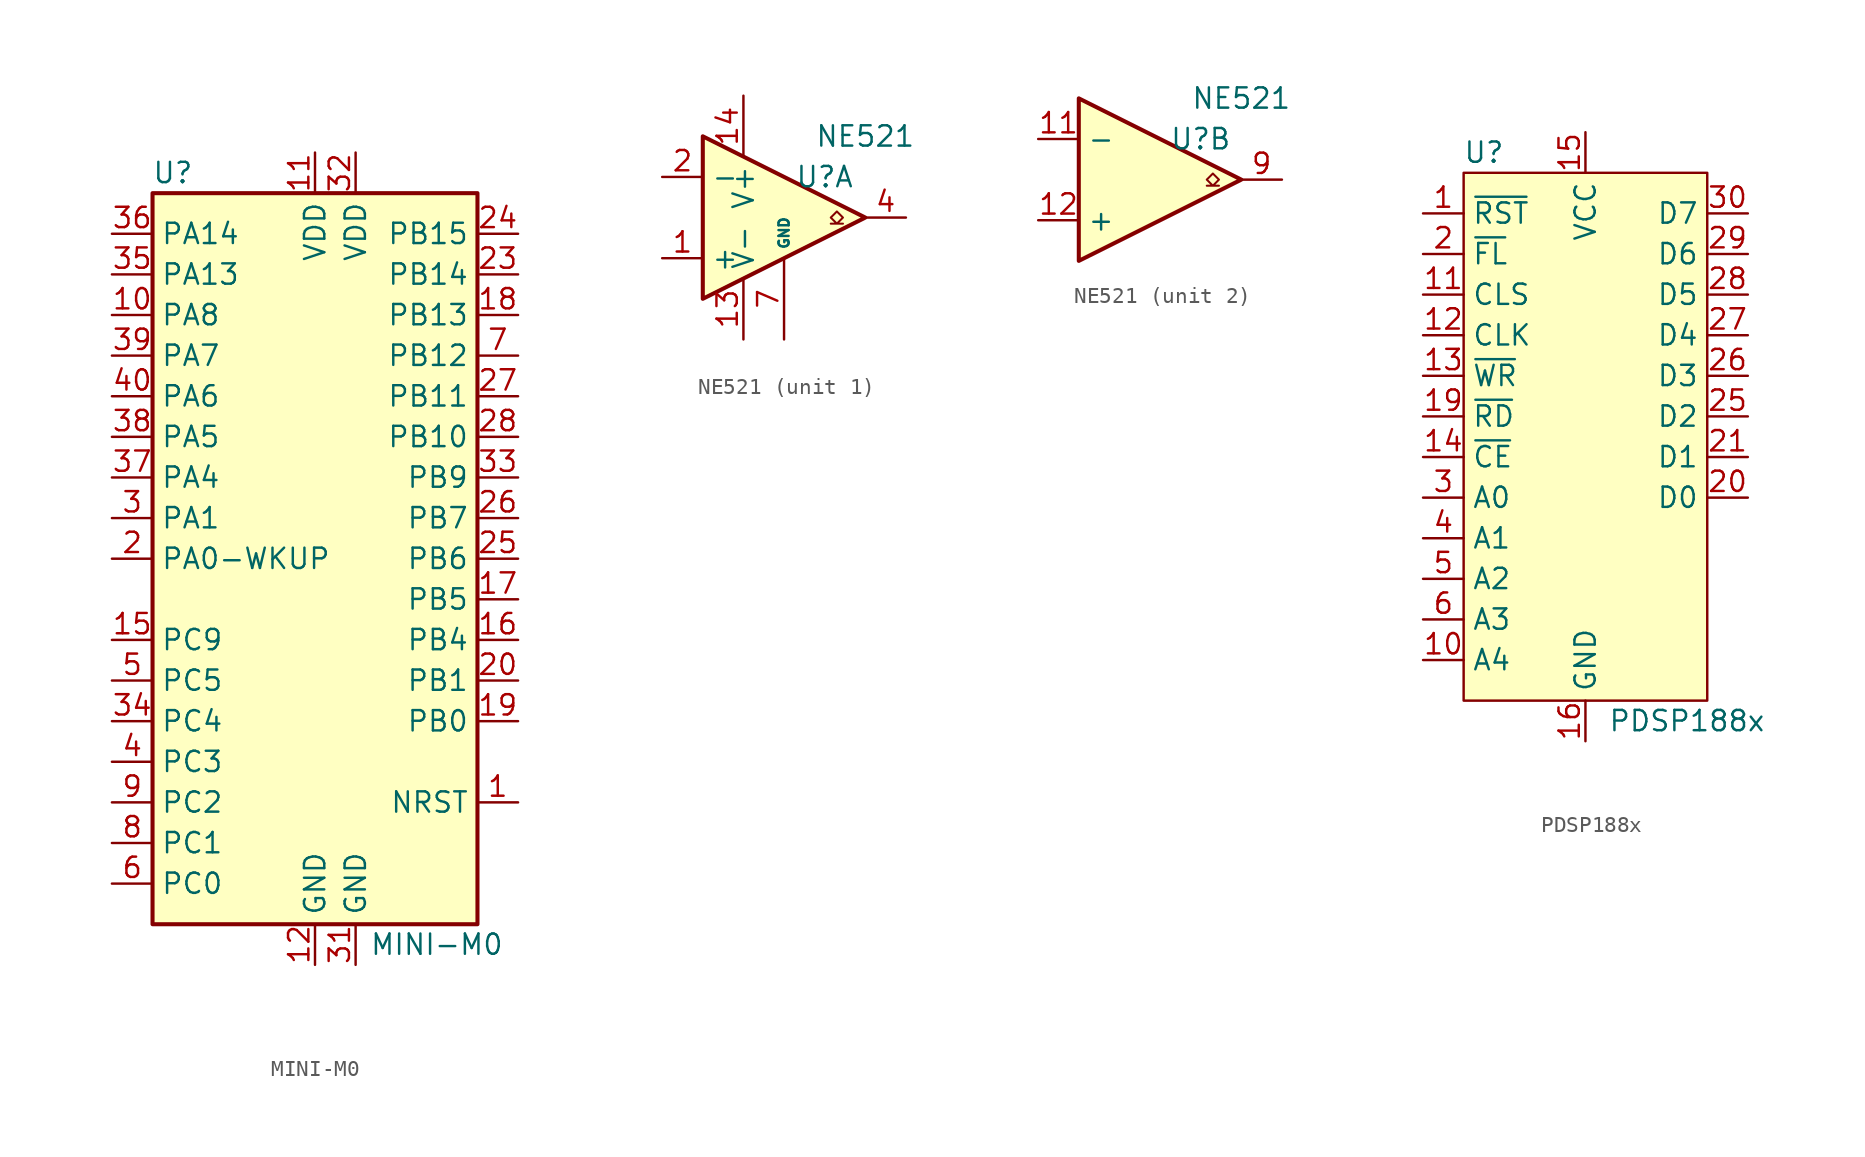
<source format=kicad_sym>
(kicad_symbol_lib
  (version 20231120)
  (generator "kicad_symbol_editor")
  (generator_version "8.0")
  (symbol "MINI-M0"
    (property "Reference" "U"
      (at -8.89 24.13 0)
      (effects (font (size 1.27 1.27))))
    (property "Value" "MINI-M0"
      (at 7.62 -24.13 0)
      (effects (font (size 1.27 1.27))))
    (symbol "MINI-M0_1_1"
      (rectangle (start -10.16 -22.86) (end 10.16 22.86) (stroke (width 0.254) (type default)) (fill (type background)))
      (pin input line (at 12.7 -15.24 180) (length 2.54) (name "NRST" (effects (font (size 1.27 1.27)))) (number "1" (effects (font (size 1.27 1.27)))))
      (pin bidirectional line (at -12.7 15.24 0) (length 2.54) (name "PA8" (effects (font (size 1.27 1.27)))) (number "10" (effects (font (size 1.27 1.27)))))
      (pin power_out line (at 0 25.4 270) (length 2.54) (name "VDD" (effects (font (size 1.27 1.27)))) (number "11" (effects (font (size 1.27 1.27)))))
      (pin power_out line (at 0 -25.4 90) (length 2.54) (name "GND" (effects (font (size 1.27 1.27)))) (number "12" (effects (font (size 1.27 1.27)))))
      (pin bidirectional line (at -12.7 -5.08 0) (length 2.54) (name "PC9" (effects (font (size 1.27 1.27)))) (number "15" (effects (font (size 1.27 1.27)))))
      (pin bidirectional line (at 12.7 -5.08 180) (length 2.54) (name "PB4" (effects (font (size 1.27 1.27)))) (number "16" (effects (font (size 1.27 1.27)))))
      (pin bidirectional line (at 12.7 -2.54 180) (length 2.54) (name "PB5" (effects (font (size 1.27 1.27)))) (number "17" (effects (font (size 1.27 1.27)))))
      (pin bidirectional line (at 12.7 15.24 180) (length 2.54) (name "PB13" (effects (font (size 1.27 1.27)))) (number "18" (effects (font (size 1.27 1.27)))))
      (pin bidirectional line (at 12.7 -10.16 180) (length 2.54) (name "PB0" (effects (font (size 1.27 1.27)))) (number "19" (effects (font (size 1.27 1.27)))))
      (pin bidirectional line (at -12.7 0 0) (length 2.54) (name "PA0-WKUP" (effects (font (size 1.27 1.27)))) (number "2" (effects (font (size 1.27 1.27)))))
      (pin bidirectional line (at 12.7 -7.62 180) (length 2.54) (name "PB1" (effects (font (size 1.27 1.27)))) (number "20" (effects (font (size 1.27 1.27)))))
      (pin bidirectional line (at 12.7 17.78 180) (length 2.54) (name "PB14" (effects (font (size 1.27 1.27)))) (number "23" (effects (font (size 1.27 1.27)))))
      (pin bidirectional line (at 12.7 20.32 180) (length 2.54) (name "PB15" (effects (font (size 1.27 1.27)))) (number "24" (effects (font (size 1.27 1.27)))))
      (pin bidirectional line (at 12.7 0 180) (length 2.54) (name "PB6" (effects (font (size 1.27 1.27)))) (number "25" (effects (font (size 1.27 1.27)))))
      (pin bidirectional line (at 12.7 2.54 180) (length 2.54) (name "PB7" (effects (font (size 1.27 1.27)))) (number "26" (effects (font (size 1.27 1.27)))))
      (pin bidirectional line (at 12.7 10.16 180) (length 2.54) (name "PB11" (effects (font (size 1.27 1.27)))) (number "27" (effects (font (size 1.27 1.27)))))
      (pin bidirectional line (at 12.7 7.62 180) (length 2.54) (name "PB10" (effects (font (size 1.27 1.27)))) (number "28" (effects (font (size 1.27 1.27)))))
      (pin bidirectional line (at -12.7 2.54 0) (length 2.54) (name "PA1" (effects (font (size 1.27 1.27)))) (number "3" (effects (font (size 1.27 1.27)))))
      (pin power_out line (at 2.54 -25.4 90) (length 2.54) (name "GND" (effects (font (size 1.27 1.27)))) (number "31" (effects (font (size 1.27 1.27)))))
      (pin power_out line (at 2.54 25.4 270) (length 2.54) (name "VDD" (effects (font (size 1.27 1.27)))) (number "32" (effects (font (size 1.27 1.27)))))
      (pin bidirectional line (at 12.7 5.08 180) (length 2.54) (name "PB9" (effects (font (size 1.27 1.27)))) (number "33" (effects (font (size 1.27 1.27)))))
      (pin bidirectional line (at -12.7 -10.16 0) (length 2.54) (name "PC4" (effects (font (size 1.27 1.27)))) (number "34" (effects (font (size 1.27 1.27)))))
      (pin bidirectional line (at -12.7 17.78 0) (length 2.54) (name "PA13" (effects (font (size 1.27 1.27)))) (number "35" (effects (font (size 1.27 1.27)))))
      (pin bidirectional line (at -12.7 20.32 0) (length 2.54) (name "PA14" (effects (font (size 1.27 1.27)))) (number "36" (effects (font (size 1.27 1.27)))))
      (pin bidirectional line (at -12.7 5.08 0) (length 2.54) (name "PA4" (effects (font (size 1.27 1.27)))) (number "37" (effects (font (size 1.27 1.27)))))
      (pin bidirectional line (at -12.7 7.62 0) (length 2.54) (name "PA5" (effects (font (size 1.27 1.27)))) (number "38" (effects (font (size 1.27 1.27)))))
      (pin bidirectional line (at -12.7 12.7 0) (length 2.54) (name "PA7" (effects (font (size 1.27 1.27)))) (number "39" (effects (font (size 1.27 1.27)))))
      (pin bidirectional line (at -12.7 -12.7 0) (length 2.54) (name "PC3" (effects (font (size 1.27 1.27)))) (number "4" (effects (font (size 1.27 1.27)))))
      (pin bidirectional line (at -12.7 10.16 0) (length 2.54) (name "PA6" (effects (font (size 1.27 1.27)))) (number "40" (effects (font (size 1.27 1.27)))))
      (pin bidirectional line (at -12.7 -7.62 0) (length 2.54) (name "PC5" (effects (font (size 1.27 1.27)))) (number "5" (effects (font (size 1.27 1.27)))))
      (pin bidirectional line (at -12.7 -20.32 0) (length 2.54) (name "PC0" (effects (font (size 1.27 1.27)))) (number "6" (effects (font (size 1.27 1.27)))))
      (pin bidirectional line (at 12.7 12.7 180) (length 2.54) (name "PB12" (effects (font (size 1.27 1.27)))) (number "7" (effects (font (size 1.27 1.27)))))
      (pin bidirectional line (at -12.7 -17.78 0) (length 2.54) (name "PC1" (effects (font (size 1.27 1.27)))) (number "8" (effects (font (size 1.27 1.27)))))
      (pin bidirectional line (at -12.7 -15.24 0) (length 2.54) (name "PC2" (effects (font (size 1.27 1.27)))) (number "9" (effects (font (size 1.27 1.27)))))))
  (symbol "NE521"
    (property "Reference" "U"
      (at 3.81 2.54 0)
      (effects (font (size 1.27 1.27))))
    (property "Value" "NE521"
      (at 6.35 5.08 0)
      (effects (font (size 1.27 1.27))))
    (symbol "NE521_0_1"
      (polyline (pts (xy 6.35 0) (xy -3.81 5.08) (xy -3.81 -5.08) (xy 6.35 0)) (stroke (width 0.254) (type default)) (fill (type background)))
      (polyline (pts (xy 4.953 -0.381) (xy 4.572 -0.381) (xy 4.953 0) (xy 4.572 0.381) (xy 4.191 0) (xy 4.572 -0.381) (xy 4.191 -0.381)) (stroke (width 0.127) (type default)) (fill (type none))))
    (symbol "NE521_1_1"
      (pin input line (at -6.35 -2.54 0) (length 2.54) (name "+" (effects (font (size 1.27 1.27)))) (number "1" (effects (font (size 1.27 1.27)))))
      (pin power_in line (at -1.27 -7.62 90) (length 3.81) (name "V-" (effects (font (size 1.27 1.27)))) (number "13" (effects (font (size 1.27 1.27)))))
      (pin power_in line (at -1.27 7.62 270) (length 3.81) (name "V+" (effects (font (size 1.27 1.27)))) (number "14" (effects (font (size 1.27 1.27)))))
      (pin input line (at -6.35 2.54 0) (length 2.54) (name "-" (effects (font (size 1.27 1.27)))) (number "2" (effects (font (size 1.27 1.27)))))
      (pin output line (at 8.89 0 180) (length 2.54) (name "~" (effects (font (size 1.27 1.27)))) (number "4" (effects (font (size 1.27 1.27)))))
      (pin passive line (at 1.27 -7.62 90) (length 5.08) (name "GND" (effects (font (size 0.635 0.635)))) (number "7" (effects (font (size 1.27 1.27))))))
    (symbol "NE521_2_1"
      (pin input line (at -6.35 2.54 0) (length 2.54) (name "-" (effects (font (size 1.27 1.27)))) (number "11" (effects (font (size 1.27 1.27)))))
      (pin input line (at -6.35 -2.54 0) (length 2.54) (name "+" (effects (font (size 1.27 1.27)))) (number "12" (effects (font (size 1.27 1.27)))))
      (pin output line (at 8.89 0 180) (length 2.54) (name "~" (effects (font (size 1.27 1.27)))) (number "9" (effects (font (size 1.27 1.27)))))))
  (symbol "PDSP188x"
    (property "Reference" "U"
      (at -6.35 13.97 0)
      (effects (font (size 1.27 1.27))))
    (property "Value" "PDSP188x"
      (at 6.35 -21.59 0)
      (effects (font (size 1.27 1.27))))
    (symbol "PDSP188x_1_1"
      (rectangle (start -7.62 12.7) (end 7.62 -20.32) (stroke (width 0) (type default)) (fill (type background)))
      (pin input line (at -10.16 10.16 0) (length 2.54) (name "~{RST}" (effects (font (size 1.27 1.27)))) (number "1" (effects (font (size 1.27 1.27)))))
      (pin input line (at -10.16 -17.78 0) (length 2.54) (name "A4" (effects (font (size 1.27 1.27)))) (number "10" (effects (font (size 1.27 1.27)))))
      (pin input line (at -10.16 5.08 0) (length 2.54) (name "CLS" (effects (font (size 1.27 1.27)))) (number "11" (effects (font (size 1.27 1.27)))))
      (pin input line (at -10.16 2.54 0) (length 2.54) (name "CLK" (effects (font (size 1.27 1.27)))) (number "12" (effects (font (size 1.27 1.27)))))
      (pin input line (at -10.16 0 0) (length 2.54) (name "~{WR}" (effects (font (size 1.27 1.27)))) (number "13" (effects (font (size 1.27 1.27)))))
      (pin input line (at -10.16 -5.08 0) (length 2.54) (name "~{CE}" (effects (font (size 1.27 1.27)))) (number "14" (effects (font (size 1.27 1.27)))))
      (pin power_in line (at 0 15.24 270) (length 2.54) (name "VCC" (effects (font (size 1.27 1.27)))) (number "15" (effects (font (size 1.27 1.27)))))
      (pin power_in line (at 0 -22.86 90) (length 2.54) (name "GND" (effects (font (size 1.27 1.27)))) (number "16" (effects (font (size 1.27 1.27)))))
      (pin no_connect line (at 10.16 -15.24 180) (length 2.54) hide (name "" (effects (font (size 1.27 1.27)))) (number "17" (effects (font (size 1.27 1.27)))))
      (pin passive line (at 0 -22.86 90) (length 2.54) hide (name "GND" (effects (font (size 1.27 1.27)))) (number "18" (effects (font (size 1.27 1.27)))))
      (pin input line (at -10.16 -2.54 0) (length 2.54) (name "~{RD}" (effects (font (size 1.27 1.27)))) (number "19" (effects (font (size 1.27 1.27)))))
      (pin input line (at -10.16 7.62 0) (length 2.54) (name "~{FL}" (effects (font (size 1.27 1.27)))) (number "2" (effects (font (size 1.27 1.27)))))
      (pin bidirectional line (at 10.16 -7.62 180) (length 2.54) (name "D0" (effects (font (size 1.27 1.27)))) (number "20" (effects (font (size 1.27 1.27)))))
      (pin bidirectional line (at 10.16 -5.08 180) (length 2.54) (name "D1" (effects (font (size 1.27 1.27)))) (number "21" (effects (font (size 1.27 1.27)))))
      (pin no_connect line (at 10.16 -15.24 180) (length 2.54) hide (name "" (effects (font (size 1.27 1.27)))) (number "22" (effects (font (size 1.27 1.27)))))
      (pin no_connect line (at 10.16 -15.24 180) (length 2.54) hide (name "" (effects (font (size 1.27 1.27)))) (number "23" (effects (font (size 1.27 1.27)))))
      (pin no_connect line (at 10.16 -15.24 180) (length 2.54) hide (name "" (effects (font (size 1.27 1.27)))) (number "24" (effects (font (size 1.27 1.27)))))
      (pin bidirectional line (at 10.16 -2.54 180) (length 2.54) (name "D2" (effects (font (size 1.27 1.27)))) (number "25" (effects (font (size 1.27 1.27)))))
      (pin bidirectional line (at 10.16 0 180) (length 2.54) (name "D3" (effects (font (size 1.27 1.27)))) (number "26" (effects (font (size 1.27 1.27)))))
      (pin bidirectional line (at 10.16 2.54 180) (length 2.54) (name "D4" (effects (font (size 1.27 1.27)))) (number "27" (effects (font (size 1.27 1.27)))))
      (pin bidirectional line (at 10.16 5.08 180) (length 2.54) (name "D5" (effects (font (size 1.27 1.27)))) (number "28" (effects (font (size 1.27 1.27)))))
      (pin bidirectional line (at 10.16 7.62 180) (length 2.54) (name "D6" (effects (font (size 1.27 1.27)))) (number "29" (effects (font (size 1.27 1.27)))))
      (pin input line (at -10.16 -7.62 0) (length 2.54) (name "A0" (effects (font (size 1.27 1.27)))) (number "3" (effects (font (size 1.27 1.27)))))
      (pin bidirectional line (at 10.16 10.16 180) (length 2.54) (name "D7" (effects (font (size 1.27 1.27)))) (number "30" (effects (font (size 1.27 1.27)))))
      (pin input line (at -10.16 -10.16 0) (length 2.54) (name "A1" (effects (font (size 1.27 1.27)))) (number "4" (effects (font (size 1.27 1.27)))))
      (pin input line (at -10.16 -12.7 0) (length 2.54) (name "A2" (effects (font (size 1.27 1.27)))) (number "5" (effects (font (size 1.27 1.27)))))
      (pin input line (at -10.16 -15.24 0) (length 2.54) (name "A3" (effects (font (size 1.27 1.27)))) (number "6" (effects (font (size 1.27 1.27)))))
      (pin no_connect line (at 10.16 -15.24 180) (length 2.54) hide (name "" (effects (font (size 1.27 1.27)))) (number "7" (effects (font (size 1.27 1.27)))))
      (pin no_connect line (at 10.16 -15.24 180) (length 2.54) hide (name "" (effects (font (size 1.27 1.27)))) (number "8" (effects (font (size 1.27 1.27)))))
      (pin no_connect line (at 10.16 -15.24 180) (length 2.54) hide (name "" (effects (font (size 1.27 1.27)))) (number "9" (effects (font (size 1.27 1.27))))))))
</source>
